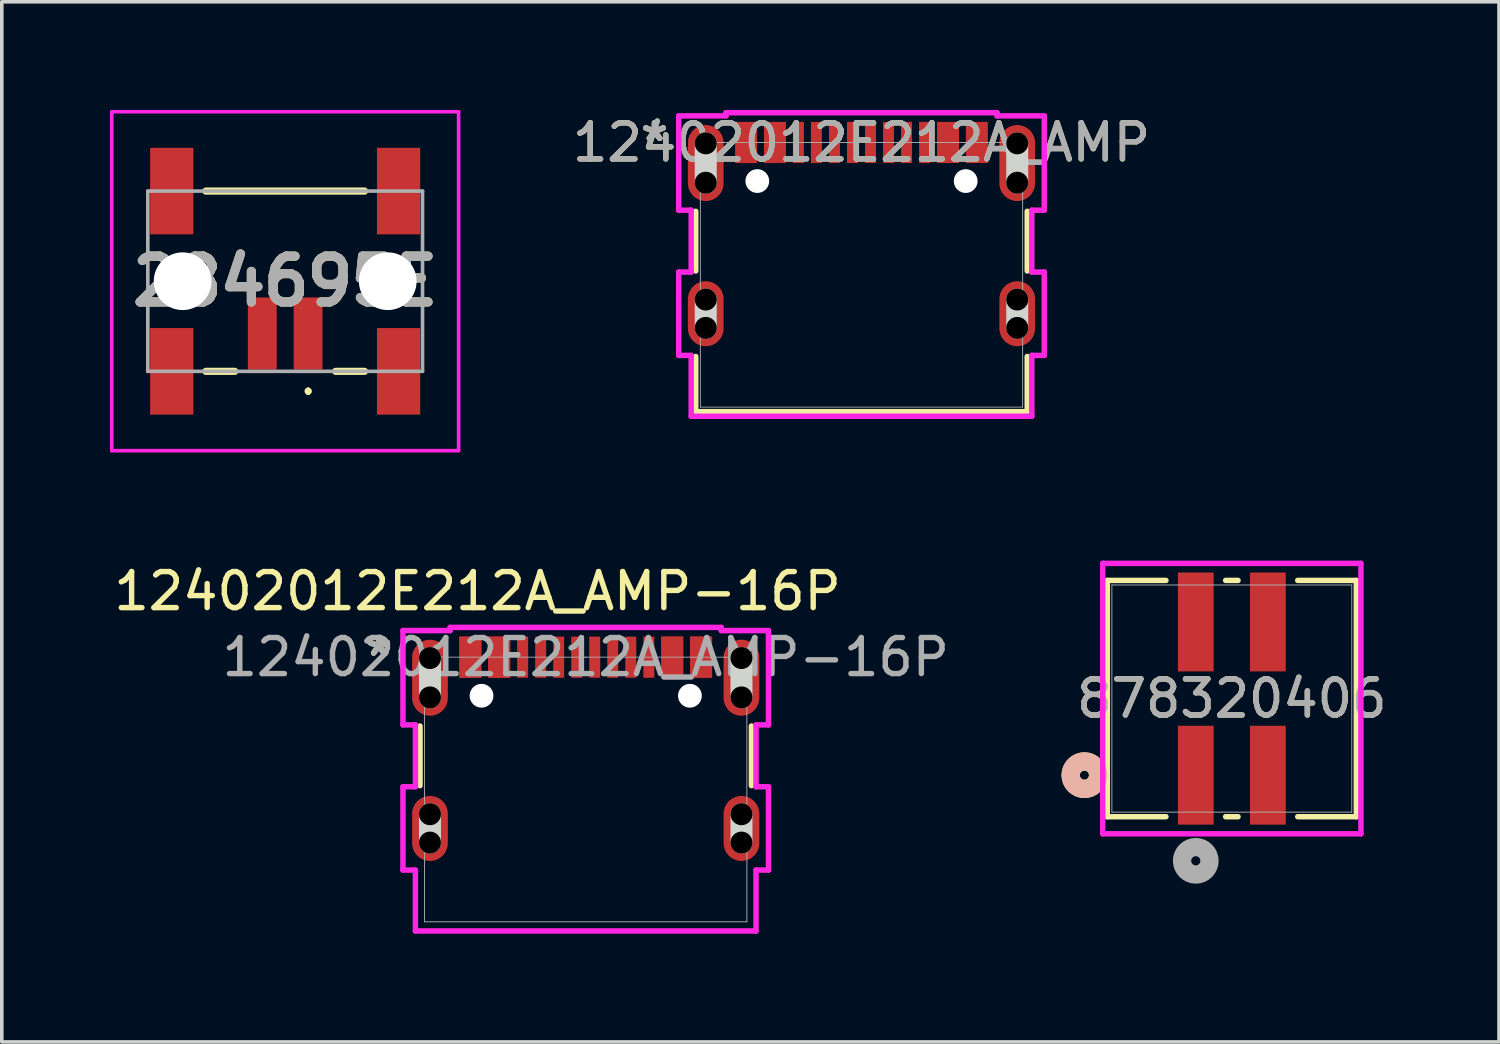
<source format=kicad_pcb>
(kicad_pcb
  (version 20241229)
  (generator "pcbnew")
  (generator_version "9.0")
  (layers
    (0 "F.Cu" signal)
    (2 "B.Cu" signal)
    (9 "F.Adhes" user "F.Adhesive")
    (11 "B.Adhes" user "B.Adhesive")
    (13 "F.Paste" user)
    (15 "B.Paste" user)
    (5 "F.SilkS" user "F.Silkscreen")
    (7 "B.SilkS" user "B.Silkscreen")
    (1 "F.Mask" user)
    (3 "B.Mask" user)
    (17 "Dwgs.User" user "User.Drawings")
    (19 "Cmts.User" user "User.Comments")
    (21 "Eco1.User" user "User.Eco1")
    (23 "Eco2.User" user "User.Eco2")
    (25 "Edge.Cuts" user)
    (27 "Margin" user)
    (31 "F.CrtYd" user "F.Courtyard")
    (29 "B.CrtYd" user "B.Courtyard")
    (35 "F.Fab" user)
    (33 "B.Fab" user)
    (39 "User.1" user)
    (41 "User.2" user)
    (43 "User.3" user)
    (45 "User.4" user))
  (footprint "12402012E212A_AMP"
    (layer "F.Cu")
    (at 20.845 4.572)
    (property "Reference" "12402012E212A_AMP" (at 0 -3.67 0) (unlocked yes) (layer "F.SilkS") (effects (font (size 1 1) (thickness 0.15))))
    (attr smd)
    (fp_line (start -4.597 -1.761) (end -4.597 -0.107) (stroke (width 0.152) (type solid)) (layer "F.SilkS"))
    (fp_line (start -4.597 2.266) (end -4.597 3.797) (stroke (width 0.152) (type solid)) (layer "F.SilkS"))
    (fp_line (start -4.597 3.797) (end 4.597 3.797) (stroke (width 0.152) (type solid)) (layer "F.SilkS"))
    (fp_line (start 4.597 -0.107) (end 4.597 -1.761) (stroke (width 0.152) (type solid)) (layer "F.SilkS"))
    (fp_line (start 4.597 3.797) (end 4.597 2.266) (stroke (width 0.152) (type solid)) (layer "F.SilkS"))
    (fp_line (start -4.32 -2.554) (end -4.32 -3.646) (stroke (width 0.61) (type solid)) (layer "Edge.Cuts"))
    (fp_line (start -4.32 1.473) (end -4.32 0.686) (stroke (width 0.61) (type solid)) (layer "Edge.Cuts"))
    (fp_line (start 4.32 -2.554) (end 4.32 -3.646) (stroke (width 0.61) (type solid)) (layer "Edge.Cuts"))
    (fp_line (start 4.32 1.473) (end 4.32 0.686) (stroke (width 0.61) (type solid)) (layer "Edge.Cuts"))
    (fp_line (start -5.069 -4.408) (end -5.069 -1.792) (stroke (width 0.152) (type solid)) (layer "F.CrtYd"))
    (fp_line (start -5.069 -1.792) (end -4.724 -1.792) (stroke (width 0.152) (type solid)) (layer "F.CrtYd"))
    (fp_line (start -5.069 -0.076) (end -5.069 2.235) (stroke (width 0.152) (type solid)) (layer "F.CrtYd"))
    (fp_line (start -5.069 2.235) (end -4.724 2.235) (stroke (width 0.152) (type solid)) (layer "F.CrtYd"))
    (fp_line (start -4.724 -1.792) (end -4.724 -0.076) (stroke (width 0.152) (type solid)) (layer "F.CrtYd"))
    (fp_line (start -4.724 -0.076) (end -5.069 -0.076) (stroke (width 0.152) (type solid)) (layer "F.CrtYd"))
    (fp_line (start -4.724 2.235) (end -4.724 3.924) (stroke (width 0.152) (type solid)) (layer "F.CrtYd"))
    (fp_line (start -4.724 3.924) (end 4.724 3.924) (stroke (width 0.152) (type solid)) (layer "F.CrtYd"))
    (fp_line (start -3.759 -4.496) (end -3.759 -4.408) (stroke (width 0.152) (type solid)) (layer "F.CrtYd"))
    (fp_line (start -3.759 -4.408) (end -5.069 -4.408) (stroke (width 0.152) (type solid)) (layer "F.CrtYd"))
    (fp_line (start 3.759 -4.496) (end -3.759 -4.496) (stroke (width 0.152) (type solid)) (layer "F.CrtYd"))
    (fp_line (start 3.759 -4.408) (end 3.759 -4.496) (stroke (width 0.152) (type solid)) (layer "F.CrtYd"))
    (fp_line (start 4.724 -1.792) (end 5.069 -1.792) (stroke (width 0.152) (type solid)) (layer "F.CrtYd"))
    (fp_line (start 4.724 -0.076) (end 4.724 -1.792) (stroke (width 0.152) (type solid)) (layer "F.CrtYd"))
    (fp_line (start 4.724 2.235) (end 5.069 2.235) (stroke (width 0.152) (type solid)) (layer "F.CrtYd"))
    (fp_line (start 4.724 3.924) (end 4.724 2.235) (stroke (width 0.152) (type solid)) (layer "F.CrtYd"))
    (fp_line (start 5.069 -4.408) (end 3.759 -4.408) (stroke (width 0.152) (type solid)) (layer "F.CrtYd"))
    (fp_line (start 5.069 -1.792) (end 5.069 -4.408) (stroke (width 0.152) (type solid)) (layer "F.CrtYd"))
    (fp_line (start 5.069 -0.076) (end 4.724 -0.076) (stroke (width 0.152) (type solid)) (layer "F.CrtYd"))
    (fp_line (start 5.069 2.235) (end 5.069 -0.076) (stroke (width 0.152) (type solid)) (layer "F.CrtYd"))
    (fp_line (start -4.47 -3.67) (end -4.47 3.67) (stroke (width 0.025) (type solid)) (layer "F.Fab"))
    (fp_line (start -4.47 3.67) (end 4.47 3.67) (stroke (width 0.025) (type solid)) (layer "F.Fab"))
    (fp_line (start 0 -3.67) (end 0 -3.67) (stroke (width 0.025) (type solid)) (layer "F.Fab"))
    (fp_line (start 0 -3.67) (end 0 -3.67) (stroke (width 0.025) (type solid)) (layer "F.Fab"))
    (fp_line (start 0 -3.67) (end 0 -3.67) (stroke (width 0.025) (type solid)) (layer "F.Fab"))
    (fp_line (start 0 -3.67) (end 0 -3.67) (stroke (width 0.025) (type solid)) (layer "F.Fab"))
    (fp_line (start 4.47 -3.67) (end -4.47 -3.67) (stroke (width 0.025) (type solid)) (layer "F.Fab"))
    (fp_line (start 4.47 3.67) (end 4.47 -3.67) (stroke (width 0.025) (type solid)) (layer "F.Fab"))
    (fp_text user "*" (at -5.74 -3.67 0) (layer "F.SilkS") (effects (font (size 1 1) (thickness 0.15))))
    (fp_text user "*" (at -5.74 -3.67 0) (unlocked yes) (layer "F.SilkS") (effects (font (size 1 1) (thickness 0.15))))
    (fp_text user "${REFERENCE}" (at 0 -3.67 0) (unlocked yes) (layer "F.Fab") (effects (font (size 1 1) (thickness 0.15))))
    (fp_text user "*" (at -5.74 -3.67 0) (layer "F.Fab") (effects (font (size 1 1) (thickness 0.15))))
    (fp_text user "*" (at -5.74 -3.67 0) (unlocked yes) (layer "F.Fab") (effects (font (size 1 1) (thickness 0.15))))
    (pad "" np_thru_hole circle (at -4.32 -3.646) (size 0.61 0.61) (drill 0.61) (layers))
    (pad "" np_thru_hole circle (at -4.32 -2.554) (size 0.61 0.61) (drill 0.61) (layers))
    (pad "" np_thru_hole circle (at -4.32 0.686) (size 0.61 0.61) (drill 0.61) (layers))
    (pad "" np_thru_hole circle (at -4.32 1.473) (size 0.61 0.61) (drill 0.61) (layers))
    (pad "" np_thru_hole circle (at -2.89 -2.6) (size 0.66 0.66) (drill 0.66) (layers "*.Cu" "*.Mask"))
    (pad "" np_thru_hole circle (at 2.89 -2.6) (size 0.66 0.66) (drill 0.66) (layers "*.Cu" "*.Mask"))
    (pad "" np_thru_hole circle (at 4.32 -3.646) (size 0.61 0.61) (drill 0.61) (layers))
    (pad "" np_thru_hole circle (at 4.32 -2.554) (size 0.61 0.61) (drill 0.61) (layers))
    (pad "" np_thru_hole circle (at 4.32 0.686) (size 0.61 0.61) (drill 0.61) (layers))
    (pad "" np_thru_hole circle (at 4.32 1.473) (size 0.61 0.61) (drill 0.61) (layers))
    (pad "13" smd oval (at -4.32 -3.1) (size 0.991 2.108) (layers "F.Cu" "F.Mask" "F.Paste"))
    (pad "14" smd oval (at 4.32 -3.1) (size 0.991 2.108) (layers "F.Cu" "F.Mask" "F.Paste"))
    (pad "15" smd oval (at -4.32 1.08) (size 0.991 1.803) (layers "F.Cu" "F.Mask" "F.Paste"))
    (pad "16" smd oval (at 4.32 1.08) (size 0.991 1.803) (layers "F.Cu" "F.Mask" "F.Paste"))
    (pad "A1-B12" smd rect (at -3.2 -3.67) (size 0.61 1.143) (layers "F.Cu" "F.Mask" "F.Paste"))
    (pad "A4-B9" smd rect (at -2.4 -3.67) (size 0.61 1.143) (layers "F.Cu" "F.Mask" "F.Paste"))
    (pad "A5" smd rect (at -1.25 -3.67) (size 0.305 1.143) (layers "F.Cu" "F.Mask" "F.Paste"))
    (pad "A6" smd rect (at -0.25 -3.67) (size 0.305 1.143) (layers "F.Cu" "F.Mask" "F.Paste"))
    (pad "A7" smd rect (at 0.25 -3.67) (size 0.305 1.143) (layers "F.Cu" "F.Mask" "F.Paste"))
    (pad "A8" smd rect (at 1.25 -3.67) (size 0.305 1.143) (layers "F.Cu" "F.Mask" "F.Paste"))
    (pad "B1-A12" smd rect (at 3.2 -3.67) (size 0.61 1.143) (layers "F.Cu" "F.Mask" "F.Paste"))
    (pad "B4-A9" smd rect (at 2.4 -3.67) (size 0.61 1.143) (layers "F.Cu" "F.Mask" "F.Paste"))
    (pad "B5" smd rect (at 1.75 -3.67) (size 0.305 1.143) (layers "F.Cu" "F.Mask" "F.Paste"))
    (pad "B6" smd rect (at 0.75 -3.67) (size 0.305 1.143) (layers "F.Cu" "F.Mask" "F.Paste"))
    (pad "B7" smd rect (at -0.75 -3.67) (size 0.305 1.143) (layers "F.Cu" "F.Mask" "F.Paste"))
    (pad "B8" smd rect (at -1.75 -3.67) (size 0.305 1.143) (layers "F.Cu" "F.Mask" "F.Paste")))
  (footprint "12402012E212A_AMP-16P"
    (layer "F.Cu")
    (at 13.196 18.848)
    (property "Reference" "12402012E212A_AMP-16P" (at -3 -5.5 0) (unlocked yes) (layer "F.SilkS") (effects (font (size 1 1) (thickness 0.15))))
    (attr smd)
    (fp_line (start -4.597 -1.761) (end -4.597 -0.107) (stroke (width 0.152) (type solid)) (layer "F.SilkS"))
    (fp_line (start 4.597 -0.107) (end 4.597 -1.761) (stroke (width 0.152) (type solid)) (layer "F.SilkS"))
    (fp_line (start -4.32 -2.554) (end -4.32 -3.646) (stroke (width 0.61) (type solid)) (layer "Edge.Cuts"))
    (fp_line (start -4.32 1.473) (end -4.32 0.686) (stroke (width 0.61) (type solid)) (layer "Edge.Cuts"))
    (fp_line (start 4.32 -2.554) (end 4.32 -3.646) (stroke (width 0.61) (type solid)) (layer "Edge.Cuts"))
    (fp_line (start 4.32 1.473) (end 4.32 0.686) (stroke (width 0.61) (type solid)) (layer "Edge.Cuts"))
    (fp_line (start -5.069 -4.408) (end -5.069 -1.792) (stroke (width 0.152) (type solid)) (layer "F.CrtYd"))
    (fp_line (start -5.069 -1.792) (end -4.724 -1.792) (stroke (width 0.152) (type solid)) (layer "F.CrtYd"))
    (fp_line (start -5.069 -0.076) (end -5.069 2.235) (stroke (width 0.152) (type solid)) (layer "F.CrtYd"))
    (fp_line (start -5.069 2.235) (end -4.724 2.235) (stroke (width 0.152) (type solid)) (layer "F.CrtYd"))
    (fp_line (start -4.724 -1.792) (end -4.724 -0.076) (stroke (width 0.152) (type solid)) (layer "F.CrtYd"))
    (fp_line (start -4.724 -0.076) (end -5.069 -0.076) (stroke (width 0.152) (type solid)) (layer "F.CrtYd"))
    (fp_line (start -4.724 2.235) (end -4.724 3.924) (stroke (width 0.152) (type solid)) (layer "F.CrtYd"))
    (fp_line (start -4.724 3.924) (end 4.724 3.924) (stroke (width 0.152) (type solid)) (layer "F.CrtYd"))
    (fp_line (start -3.759 -4.496) (end -3.759 -4.408) (stroke (width 0.152) (type solid)) (layer "F.CrtYd"))
    (fp_line (start -3.759 -4.408) (end -5.069 -4.408) (stroke (width 0.152) (type solid)) (layer "F.CrtYd"))
    (fp_line (start 3.759 -4.496) (end -3.759 -4.496) (stroke (width 0.152) (type solid)) (layer "F.CrtYd"))
    (fp_line (start 3.759 -4.408) (end 3.759 -4.496) (stroke (width 0.152) (type solid)) (layer "F.CrtYd"))
    (fp_line (start 4.724 -1.792) (end 5.069 -1.792) (stroke (width 0.152) (type solid)) (layer "F.CrtYd"))
    (fp_line (start 4.724 -0.076) (end 4.724 -1.792) (stroke (width 0.152) (type solid)) (layer "F.CrtYd"))
    (fp_line (start 4.724 2.235) (end 5.069 2.235) (stroke (width 0.152) (type solid)) (layer "F.CrtYd"))
    (fp_line (start 4.724 3.924) (end 4.724 2.235) (stroke (width 0.152) (type solid)) (layer "F.CrtYd"))
    (fp_line (start 5.069 -4.408) (end 3.759 -4.408) (stroke (width 0.152) (type solid)) (layer "F.CrtYd"))
    (fp_line (start 5.069 -1.792) (end 5.069 -4.408) (stroke (width 0.152) (type solid)) (layer "F.CrtYd"))
    (fp_line (start 5.069 -0.076) (end 4.724 -0.076) (stroke (width 0.152) (type solid)) (layer "F.CrtYd"))
    (fp_line (start 5.069 2.235) (end 5.069 -0.076) (stroke (width 0.152) (type solid)) (layer "F.CrtYd"))
    (fp_line (start -4.47 -3.67) (end -4.47 3.67) (stroke (width 0.025) (type solid)) (layer "F.Fab"))
    (fp_line (start -4.47 3.67) (end 4.47 3.67) (stroke (width 0.025) (type solid)) (layer "F.Fab"))
    (fp_line (start 0 -3.67) (end 0 -3.67) (stroke (width 0.025) (type solid)) (layer "F.Fab"))
    (fp_line (start 0 -3.67) (end 0 -3.67) (stroke (width 0.025) (type solid)) (layer "F.Fab"))
    (fp_line (start 0 -3.67) (end 0 -3.67) (stroke (width 0.025) (type solid)) (layer "F.Fab"))
    (fp_line (start 0 -3.67) (end 0 -3.67) (stroke (width 0.025) (type solid)) (layer "F.Fab"))
    (fp_line (start 4.47 -3.67) (end -4.47 -3.67) (stroke (width 0.025) (type solid)) (layer "F.Fab"))
    (fp_line (start 4.47 3.67) (end 4.47 -3.67) (stroke (width 0.025) (type solid)) (layer "F.Fab"))
    (fp_text user "*" (at -5.74 -3.67 0) (unlocked yes) (layer "F.SilkS") (effects (font (size 1 1) (thickness 0.15))))
    (fp_text user "*" (at -5.74 -3.67 0) (layer "F.SilkS") (effects (font (size 1 1) (thickness 0.15))))
    (fp_text user "*" (at -5.74 -3.67 0) (layer "F.Fab") (effects (font (size 1 1) (thickness 0.15))))
    (fp_text user "*" (at -5.74 -3.67 0) (unlocked yes) (layer "F.Fab") (effects (font (size 1 1) (thickness 0.15))))
    (fp_text user "${REFERENCE}" (at 0 -3.67 0) (unlocked yes) (layer "F.Fab") (effects (font (size 1 1) (thickness 0.15))))
    (pad "" np_thru_hole circle (at -4.32 -3.646) (size 0.61 0.61) (drill 0.61) (layers))
    (pad "" np_thru_hole circle (at -4.32 -2.554) (size 0.61 0.61) (drill 0.61) (layers))
    (pad "" np_thru_hole circle (at -4.32 0.686) (size 0.61 0.61) (drill 0.61) (layers))
    (pad "" np_thru_hole circle (at -4.32 1.473) (size 0.61 0.61) (drill 0.61) (layers))
    (pad "" np_thru_hole circle (at -2.89 -2.6) (size 0.66 0.66) (drill 0.66) (layers "*.Cu" "*.Mask"))
    (pad "" np_thru_hole circle (at 2.89 -2.6) (size 0.66 0.66) (drill 0.66) (layers "*.Cu" "*.Mask"))
    (pad "" np_thru_hole circle (at 4.32 -3.646) (size 0.61 0.61) (drill 0.61) (layers))
    (pad "" np_thru_hole circle (at 4.32 -2.554) (size 0.61 0.61) (drill 0.61) (layers))
    (pad "" np_thru_hole circle (at 4.32 0.686) (size 0.61 0.61) (drill 0.61) (layers))
    (pad "" np_thru_hole circle (at 4.32 1.473) (size 0.61 0.61) (drill 0.61) (layers))
    (pad "A1" smd rect (at -3.2 -3.67) (size 0.61 1.143) (layers "F.Cu" "F.Mask" "F.Paste"))
    (pad "A4" smd rect (at -2.4 -3.67) (size 0.61 1.143) (layers "F.Cu" "F.Mask" "F.Paste"))
    (pad "A5" smd rect (at -1.25 -3.67) (size 0.305 1.143) (layers "F.Cu" "F.Mask" "F.Paste"))
    (pad "A6" smd rect (at -0.25 -3.67) (size 0.305 1.143) (layers "F.Cu" "F.Mask" "F.Paste"))
    (pad "A7" smd rect (at 0.25 -3.67) (size 0.305 1.143) (layers "F.Cu" "F.Mask" "F.Paste"))
    (pad "A8" smd rect (at 1.25 -3.67) (size 0.305 1.143) (layers "F.Cu" "F.Mask" "F.Paste"))
    (pad "A9" smd rect (at 2.4 -3.67) (size 0.61 1.143) (layers "F.Cu" "F.Mask" "F.Paste"))
    (pad "A12" smd rect (at 3.2 -3.67) (size 0.61 1.143) (layers "F.Cu" "F.Mask" "F.Paste"))
    (pad "B1" smd rect (at 3.2 -3.67) (size 0.61 1.143) (layers "F.Cu" "F.Mask" "F.Paste"))
    (pad "B4" smd rect (at 2.4 -3.67) (size 0.61 1.143) (layers "F.Cu" "F.Mask" "F.Paste"))
    (pad "B5" smd rect (at 1.75 -3.67) (size 0.305 1.143) (layers "F.Cu" "F.Mask" "F.Paste"))
    (pad "B6" smd rect (at 0.75 -3.67) (size 0.305 1.143) (layers "F.Cu" "F.Mask" "F.Paste"))
    (pad "B7" smd rect (at -0.75 -3.67) (size 0.305 1.143) (layers "F.Cu" "F.Mask" "F.Paste"))
    (pad "B8" smd rect (at -1.75 -3.67) (size 0.305 1.143) (layers "F.Cu" "F.Mask" "F.Paste"))
    (pad "B9" smd rect (at -2.4 -3.67) (size 0.61 1.143) (layers "F.Cu" "F.Mask" "F.Paste"))
    (pad "B12" smd rect (at -3.2 -3.67) (size 0.61 1.143) (layers "F.Cu" "F.Mask" "F.Paste"))
    (pad "S1" smd oval (at -4.32 -3.1) (size 0.991 2.108) (layers "F.Cu" "F.Mask" "F.Paste"))
    (pad "S1" smd oval (at -4.32 1.08) (size 0.991 1.803) (layers "F.Cu" "F.Mask" "F.Paste"))
    (pad "S1" smd oval (at 4.32 -3.1) (size 0.991 2.108) (layers "F.Cu" "F.Mask" "F.Paste"))
    (pad "S1" smd oval (at 4.32 1.08) (size 0.991 1.803) (layers "F.Cu" "F.Mask" "F.Paste")))
  (footprint "284695E"
    (layer "F.Cu")
    (at 4.86 4.75)
    (property "Reference" "284695E" (at 0 0 0) (layer "F.SilkS") (effects (font (size 1.27 1.27) (thickness 0.254))))
    (attr through_hole)
    (fp_line (start -2.2 -2.5) (end 2.2 -2.5) (stroke (width 0.2) (type solid)) (layer "F.SilkS"))
    (fp_line (start -2.2 2.5) (end -1.4 2.5) (stroke (width 0.2) (type solid)) (layer "F.SilkS"))
    (fp_line (start 0.635 3) (end 0.635 3) (stroke (width 0.1) (type solid)) (layer "F.SilkS"))
    (fp_line (start 0.635 3.1) (end 0.635 3.1) (stroke (width 0.1) (type solid)) (layer "F.SilkS"))
    (fp_line (start 0.635 3.1) (end 0.635 3.1) (stroke (width 0.1) (type solid)) (layer "F.SilkS"))
    (fp_line (start 1.4 2.5) (end 2.2 2.5) (stroke (width 0.2) (type solid)) (layer "F.SilkS"))
    (fp_arc (start 0.635 3) (mid 0.685 3.05) (end 0.635 3.1) (stroke (width 0.1) (type solid)) (layer "F.SilkS"))
    (fp_arc (start 0.635 3) (mid 0.685 3.05) (end 0.635 3.1) (stroke (width 0.1) (type solid)) (layer "F.SilkS"))
    (fp_arc (start 0.635 3.1) (mid 0.585 3.05) (end 0.635 3) (stroke (width 0.1) (type solid)) (layer "F.SilkS"))
    (fp_line (start -4.81 -4.7) (end 4.81 -4.7) (stroke (width 0.1) (type solid)) (layer "F.CrtYd"))
    (fp_line (start -4.81 4.7) (end -4.81 -4.7) (stroke (width 0.1) (type solid)) (layer "F.CrtYd"))
    (fp_line (start 4.81 -4.7) (end 4.81 4.7) (stroke (width 0.1) (type solid)) (layer "F.CrtYd"))
    (fp_line (start 4.81 4.7) (end -4.81 4.7) (stroke (width 0.1) (type solid)) (layer "F.CrtYd"))
    (fp_line (start -3.81 -2.5) (end -3.81 2.5) (stroke (width 0.1) (type solid)) (layer "F.Fab"))
    (fp_line (start -3.81 2.5) (end 3.81 2.5) (stroke (width 0.1) (type solid)) (layer "F.Fab"))
    (fp_line (start 3.81 -2.5) (end -3.81 -2.5) (stroke (width 0.1) (type solid)) (layer "F.Fab"))
    (fp_line (start 3.81 2.5) (end 3.81 -2.5) (stroke (width 0.1) (type solid)) (layer "F.Fab"))
    (fp_text user "${REFERENCE}" (at 0 0 0) (layer "F.Fab") (effects (font (size 1.27 1.27) (thickness 0.254))))
    (pad "" np_thru_hole circle (at -2.845 0) (size 1.6 1.6) (drill 1.6) (layers "*.Cu" "*.Mask"))
    (pad "" np_thru_hole circle (at 2.845 0) (size 1.6 1.6) (drill 1.6) (layers "*.Cu" "*.Mask"))
    (pad "1" smd rect (at 0.635 1.45) (size 0.8 2) (layers "F.Cu" "F.Mask" "F.Paste"))
    (pad "2" smd rect (at -0.635 1.45) (size 0.8 2) (layers "F.Cu" "F.Mask" "F.Paste"))
    (pad "3" smd rect (at 3.145 2.5) (size 1.2 2.4) (layers "F.Cu" "F.Mask" "F.Paste"))
    (pad "4" smd rect (at -3.145 2.5) (size 1.2 2.4) (layers "F.Cu" "F.Mask" "F.Paste"))
    (pad "5" smd rect (at 3.145 -2.5) (size 1.2 2.4) (layers "F.Cu" "F.Mask" "F.Paste"))
    (pad "6" smd rect (at -3.145 -2.5) (size 1.2 2.4) (layers "F.Cu" "F.Mask" "F.Paste")))
  (footprint "878320406"
    (layer "F.Cu")
    (at 31.117 16.326)
    (property "Reference" "878320406" (at 0 0 0) (unlocked yes) (layer "F.SilkS") (effects (font (size 1 1) (thickness 0.15))))
    (attr smd)
    (fp_line (start -3.454 -3.277) (end -3.454 3.277) (stroke (width 0.152) (type solid)) (layer "F.SilkS"))
    (fp_line (start -3.454 3.277) (end -1.828 3.277) (stroke (width 0.152) (type solid)) (layer "F.SilkS"))
    (fp_line (start -1.828 -3.277) (end -3.454 -3.277) (stroke (width 0.152) (type solid)) (layer "F.SilkS"))
    (fp_line (start -0.172 3.277) (end 0.172 3.277) (stroke (width 0.152) (type solid)) (layer "F.SilkS"))
    (fp_line (start 0.172 -3.277) (end -0.172 -3.277) (stroke (width 0.152) (type solid)) (layer "F.SilkS"))
    (fp_line (start 1.828 3.277) (end 3.454 3.277) (stroke (width 0.152) (type solid)) (layer "F.SilkS"))
    (fp_line (start 3.454 -3.277) (end 1.828 -3.277) (stroke (width 0.152) (type solid)) (layer "F.SilkS"))
    (fp_line (start 3.454 3.277) (end 3.454 -3.277) (stroke (width 0.152) (type solid)) (layer "F.SilkS"))
    (fp_circle (center -4.089 2.125) (end -3.708 2.125) (stroke (width 0.508) (type solid)) (fill no) (layer "F.SilkS"))
    (fp_circle (center -4.089 2.125) (end -3.708 2.125) (stroke (width 0.508) (type solid)) (fill no) (layer "B.SilkS"))
    (fp_line (start -3.581 -3.75) (end -3.581 3.751) (stroke (width 0.152) (type solid)) (layer "F.CrtYd"))
    (fp_line (start -3.581 3.751) (end 3.581 3.751) (stroke (width 0.152) (type solid)) (layer "F.CrtYd"))
    (fp_line (start 3.581 -3.75) (end -3.581 -3.75) (stroke (width 0.152) (type solid)) (layer "F.CrtYd"))
    (fp_line (start 3.581 3.751) (end 3.581 -3.75) (stroke (width 0.152) (type solid)) (layer "F.CrtYd"))
    (fp_line (start -3.327 -3.15) (end -3.327 3.15) (stroke (width 0.025) (type solid)) (layer "F.Fab"))
    (fp_line (start -3.327 3.15) (end 3.327 3.15) (stroke (width 0.025) (type solid)) (layer "F.Fab"))
    (fp_line (start 3.327 -3.15) (end -3.327 -3.15) (stroke (width 0.025) (type solid)) (layer "F.Fab"))
    (fp_line (start 3.327 3.15) (end 3.327 -3.15) (stroke (width 0.025) (type solid)) (layer "F.Fab"))
    (fp_circle (center -1 4.5) (end -0.619 4.5) (stroke (width 0.508) (type solid)) (fill no) (layer "F.Fab"))
    (fp_text user "${REFERENCE}" (at 0 0 0) (unlocked yes) (layer "F.Fab") (effects (font (size 1 1) (thickness 0.15))))
    (pad "1" smd rect (at -1 2.125) (size 0.991 2.743) (layers "F.Cu" "F.Mask" "F.Paste"))
    (pad "2" smd rect (at -1 -2.125) (size 0.991 2.743) (layers "F.Cu" "F.Mask" "F.Paste"))
    (pad "3" smd rect (at 1 2.125) (size 0.991 2.743) (layers "F.Cu" "F.Mask" "F.Paste"))
    (pad "4" smd rect (at 1 -2.125) (size 0.991 2.743) (layers "F.Cu" "F.Mask" "F.Paste")))
  (gr_rect
    (start -3 -3)
    (end 38.528 25.849)
    (stroke (width 0.1) (type default))
    (fill no)
    (layer "Edge.Cuts")))
</source>
